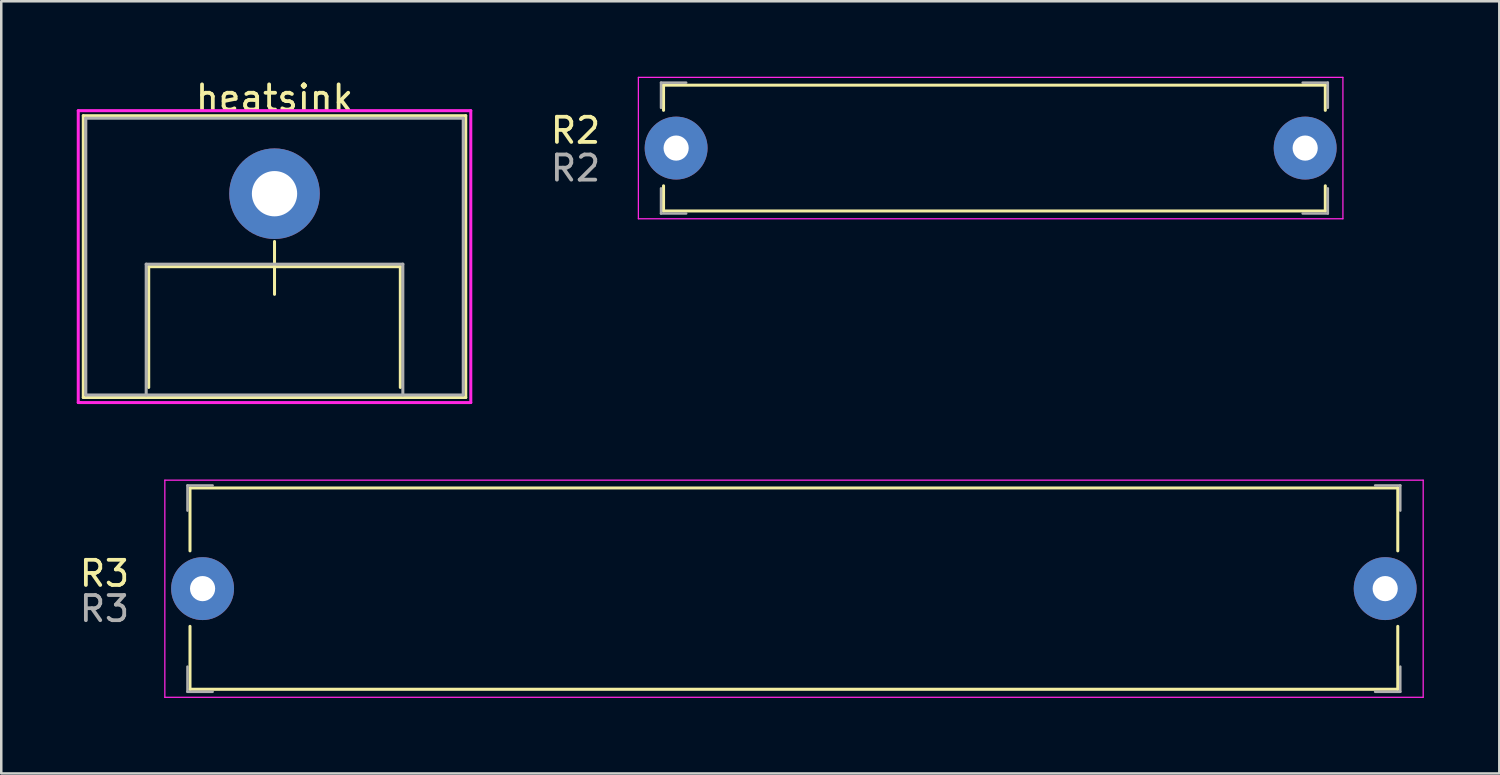
<source format=kicad_pcb>
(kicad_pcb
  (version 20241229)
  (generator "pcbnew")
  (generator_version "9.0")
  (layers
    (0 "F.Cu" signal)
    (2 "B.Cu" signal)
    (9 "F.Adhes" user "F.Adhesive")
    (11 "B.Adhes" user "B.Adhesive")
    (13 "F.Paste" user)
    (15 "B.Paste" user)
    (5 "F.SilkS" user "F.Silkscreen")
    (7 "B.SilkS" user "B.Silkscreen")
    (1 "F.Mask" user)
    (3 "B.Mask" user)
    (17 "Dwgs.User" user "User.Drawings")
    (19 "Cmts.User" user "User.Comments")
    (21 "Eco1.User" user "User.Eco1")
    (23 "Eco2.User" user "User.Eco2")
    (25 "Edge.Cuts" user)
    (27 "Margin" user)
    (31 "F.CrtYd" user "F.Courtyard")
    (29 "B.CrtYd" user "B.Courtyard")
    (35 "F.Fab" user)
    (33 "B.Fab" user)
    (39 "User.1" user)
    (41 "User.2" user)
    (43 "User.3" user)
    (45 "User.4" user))
  (footprint "R2"
    (layer "F.Cu")
    (at 23.821 2.835)
    (property "Reference" "R2" (at -4 -0.7 0) (layer "F.SilkS") (effects (font (size 1 1) (thickness 0.15))))
    (attr through_hole)
    (fp_line (start -0.5 -2.5) (end 25.8 -2.5) (stroke (width 0.12) (type solid)) (layer "F.SilkS"))
    (fp_line (start -0.5 -1.5) (end -0.5 -2.5) (stroke (width 0.12) (type solid)) (layer "F.SilkS"))
    (fp_line (start -0.5 2.5) (end -0.5 1.5) (stroke (width 0.12) (type solid)) (layer "F.SilkS"))
    (fp_line (start 25.8 -2.5) (end 25.8 -1.5) (stroke (width 0.12) (type solid)) (layer "F.SilkS"))
    (fp_line (start 25.8 1.5) (end 25.8 2.5) (stroke (width 0.12) (type solid)) (layer "F.SilkS"))
    (fp_line (start 25.8 2.5) (end -0.5 2.5) (stroke (width 0.12) (type solid)) (layer "F.SilkS"))
    (fp_line (start -1.5 -2.81) (end 26.5 -2.81) (stroke (width 0.05) (type solid)) (layer "F.CrtYd"))
    (fp_line (start -1.5 2.81) (end -1.5 -2.81) (stroke (width 0.05) (type solid)) (layer "F.CrtYd"))
    (fp_line (start 26.5 -2.81) (end 26.5 2.81) (stroke (width 0.05) (type solid)) (layer "F.CrtYd"))
    (fp_line (start 26.5 2.81) (end -1.5 2.81) (stroke (width 0.05) (type solid)) (layer "F.CrtYd"))
    (fp_line (start -0.6 -2.6) (end 0.4 -2.6) (stroke (width 0.1) (type solid)) (layer "F.Fab"))
    (fp_line (start -0.6 -1.6) (end -0.6 -2.6) (stroke (width 0.1) (type solid)) (layer "F.Fab"))
    (fp_line (start -0.6 2.6) (end -0.6 1.6) (stroke (width 0.1) (type solid)) (layer "F.Fab"))
    (fp_line (start -0.6 2.6) (end 0.4 2.6) (stroke (width 0.1) (type solid)) (layer "F.Fab"))
    (fp_line (start 24.9 -2.6) (end 25.9 -2.6) (stroke (width 0.1) (type solid)) (layer "F.Fab"))
    (fp_line (start 25.9 -2.6) (end 25.9 -1.6) (stroke (width 0.1) (type solid)) (layer "F.Fab"))
    (fp_line (start 25.9 2.6) (end 24.9 2.6) (stroke (width 0.1) (type solid)) (layer "F.Fab"))
    (fp_line (start 25.9 2.6) (end 25.9 1.6) (stroke (width 0.1) (type solid)) (layer "F.Fab"))
    (fp_text user "${REFERENCE}" (at -4 0.8 0) (layer "F.Fab") (effects (font (size 1 1) (thickness 0.15))))
    (pad "1" thru_hole circle (at 0 0) (size 2.5 2.5) (drill 1) (layers "*.Cu" "*.Mask"))
    (pad "2" thru_hole circle (at 25 0) (size 2.5 2.5) (drill 1) (layers "*.Cu" "*.Mask")))
  (footprint "heatsink"
    (layer "F.Cu")
    (at 7.86 4.648)
    (property "Reference" "heatsink" (at 0 -3.8 0) (layer "F.SilkS") (effects (font (size 1 1) (thickness 0.15))))
    (attr through_hole)
    (fp_line (start -7.6 -3.1) (end -7.6 8.1) (stroke (width 0.12) (type solid)) (layer "F.SilkS"))
    (fp_line (start -7.6 8.1) (end 7.6 8.1) (stroke (width 0.12) (type solid)) (layer "F.SilkS"))
    (fp_line (start -5 2.9) (end -5 7.7) (stroke (width 0.12) (type solid)) (layer "F.SilkS"))
    (fp_line (start -5 2.9) (end 5 2.9) (stroke (width 0.12) (type solid)) (layer "F.SilkS"))
    (fp_line (start 0 1.9) (end 0 2.9) (stroke (width 0.12) (type solid)) (layer "F.SilkS"))
    (fp_line (start 0 2.9) (end 0 4) (stroke (width 0.12) (type solid)) (layer "F.SilkS"))
    (fp_line (start 5 2.9) (end 5 7.7) (stroke (width 0.12) (type solid)) (layer "F.SilkS"))
    (fp_line (start 7.6 -3.1) (end -7.6 -3.1) (stroke (width 0.12) (type solid)) (layer "F.SilkS"))
    (fp_line (start 7.6 8.1) (end 7.6 -3.1) (stroke (width 0.12) (type solid)) (layer "F.SilkS"))
    (fp_line (start -7.8 -3.3) (end -7.8 8.3) (stroke (width 0.12) (type solid)) (layer "F.CrtYd"))
    (fp_line (start -7.8 8.3) (end -7.7 8.3) (stroke (width 0.12) (type solid)) (layer "F.CrtYd"))
    (fp_line (start -7.7 8.3) (end 7.8 8.3) (stroke (width 0.12) (type solid)) (layer "F.CrtYd"))
    (fp_line (start 7.8 -3.3) (end -7.8 -3.3) (stroke (width 0.12) (type solid)) (layer "F.CrtYd"))
    (fp_line (start 7.8 8.3) (end 7.8 -3.3) (stroke (width 0.12) (type solid)) (layer "F.CrtYd"))
    (fp_line (start -7.5 -3) (end 7.5 -3) (stroke (width 0.12) (type solid)) (layer "F.Fab"))
    (fp_line (start -7.5 8) (end -7.5 -3) (stroke (width 0.12) (type solid)) (layer "F.Fab"))
    (fp_line (start -5.1 2.8) (end -5.1 8) (stroke (width 0.12) (type solid)) (layer "F.Fab"))
    (fp_line (start -5.1 2.8) (end 5.1 2.8) (stroke (width 0.12) (type solid)) (layer "F.Fab"))
    (fp_line (start 5.1 2.8) (end 5.1 8) (stroke (width 0.12) (type solid)) (layer "F.Fab"))
    (fp_line (start 7.5 -3) (end 7.5 8) (stroke (width 0.12) (type solid)) (layer "F.Fab"))
    (fp_line (start 7.5 8) (end -7.5 8) (stroke (width 0.12) (type solid)) (layer "F.Fab"))
    (pad "" thru_hole circle (at 0 0) (size 3.6 3.6) (drill 1.8) (layers "*.Cu" "*.Mask")))
  (footprint "R3"
    (layer "F.Cu")
    (at 5.001 20.343)
    (property "Reference" "R3" (at -3.9 -0.6 0) (layer "F.SilkS") (effects (font (size 1 1) (thickness 0.15))))
    (attr through_hole)
    (fp_line (start -0.5 -4) (end 47.5 -4) (stroke (width 0.12) (type solid)) (layer "F.SilkS"))
    (fp_line (start -0.5 -1.5) (end -0.5 -4) (stroke (width 0.12) (type solid)) (layer "F.SilkS"))
    (fp_line (start -0.5 4) (end -0.5 1.5) (stroke (width 0.12) (type solid)) (layer "F.SilkS"))
    (fp_line (start 47.5 -4) (end 47.5 -1.5) (stroke (width 0.12) (type solid)) (layer "F.SilkS"))
    (fp_line (start 47.5 1.5) (end 47.5 4) (stroke (width 0.12) (type solid)) (layer "F.SilkS"))
    (fp_line (start 47.5 4) (end -0.5 4) (stroke (width 0.12) (type solid)) (layer "F.SilkS"))
    (fp_line (start -1.5 -4.31) (end 48.51 -4.31) (stroke (width 0.05) (type solid)) (layer "F.CrtYd"))
    (fp_line (start -1.5 4.32) (end -1.5 -4.31) (stroke (width 0.05) (type solid)) (layer "F.CrtYd"))
    (fp_line (start 48.51 -4.31) (end 48.51 4.32) (stroke (width 0.05) (type solid)) (layer "F.CrtYd"))
    (fp_line (start 48.51 4.32) (end -1.5 4.32) (stroke (width 0.05) (type solid)) (layer "F.CrtYd"))
    (fp_line (start -0.6 -4.1) (end 0.4 -4.1) (stroke (width 0.1) (type solid)) (layer "F.Fab"))
    (fp_line (start -0.6 -3.1) (end -0.6 -4.1) (stroke (width 0.1) (type solid)) (layer "F.Fab"))
    (fp_line (start -0.6 4.1) (end -0.6 3.1) (stroke (width 0.1) (type solid)) (layer "F.Fab"))
    (fp_line (start -0.6 4.1) (end 0.4 4.1) (stroke (width 0.1) (type solid)) (layer "F.Fab"))
    (fp_line (start 46.6 -4.1) (end 47.6 -4.1) (stroke (width 0.1) (type solid)) (layer "F.Fab"))
    (fp_line (start 47.6 -4.1) (end 47.6 -3.1) (stroke (width 0.1) (type solid)) (layer "F.Fab"))
    (fp_line (start 47.6 4.1) (end 46.6 4.1) (stroke (width 0.1) (type solid)) (layer "F.Fab"))
    (fp_line (start 47.6 4.1) (end 47.6 3.1) (stroke (width 0.1) (type solid)) (layer "F.Fab"))
    (fp_text user "${REFERENCE}" (at -3.9 0.8 0) (layer "F.Fab") (effects (font (size 1 1) (thickness 0.15))))
    (pad "1" thru_hole circle (at 0 0) (size 2.5 2.5) (drill 1) (layers "*.Cu" "*.Mask"))
    (pad "2" thru_hole circle (at 47 0) (size 2.5 2.5) (drill 1) (layers "*.Cu" "*.Mask")))
  (gr_rect
    (start -3 -3)
    (end 56.536 27.688)
    (stroke (width 0.1) (type default))
    (fill no)
    (layer "Edge.Cuts")))
</source>
